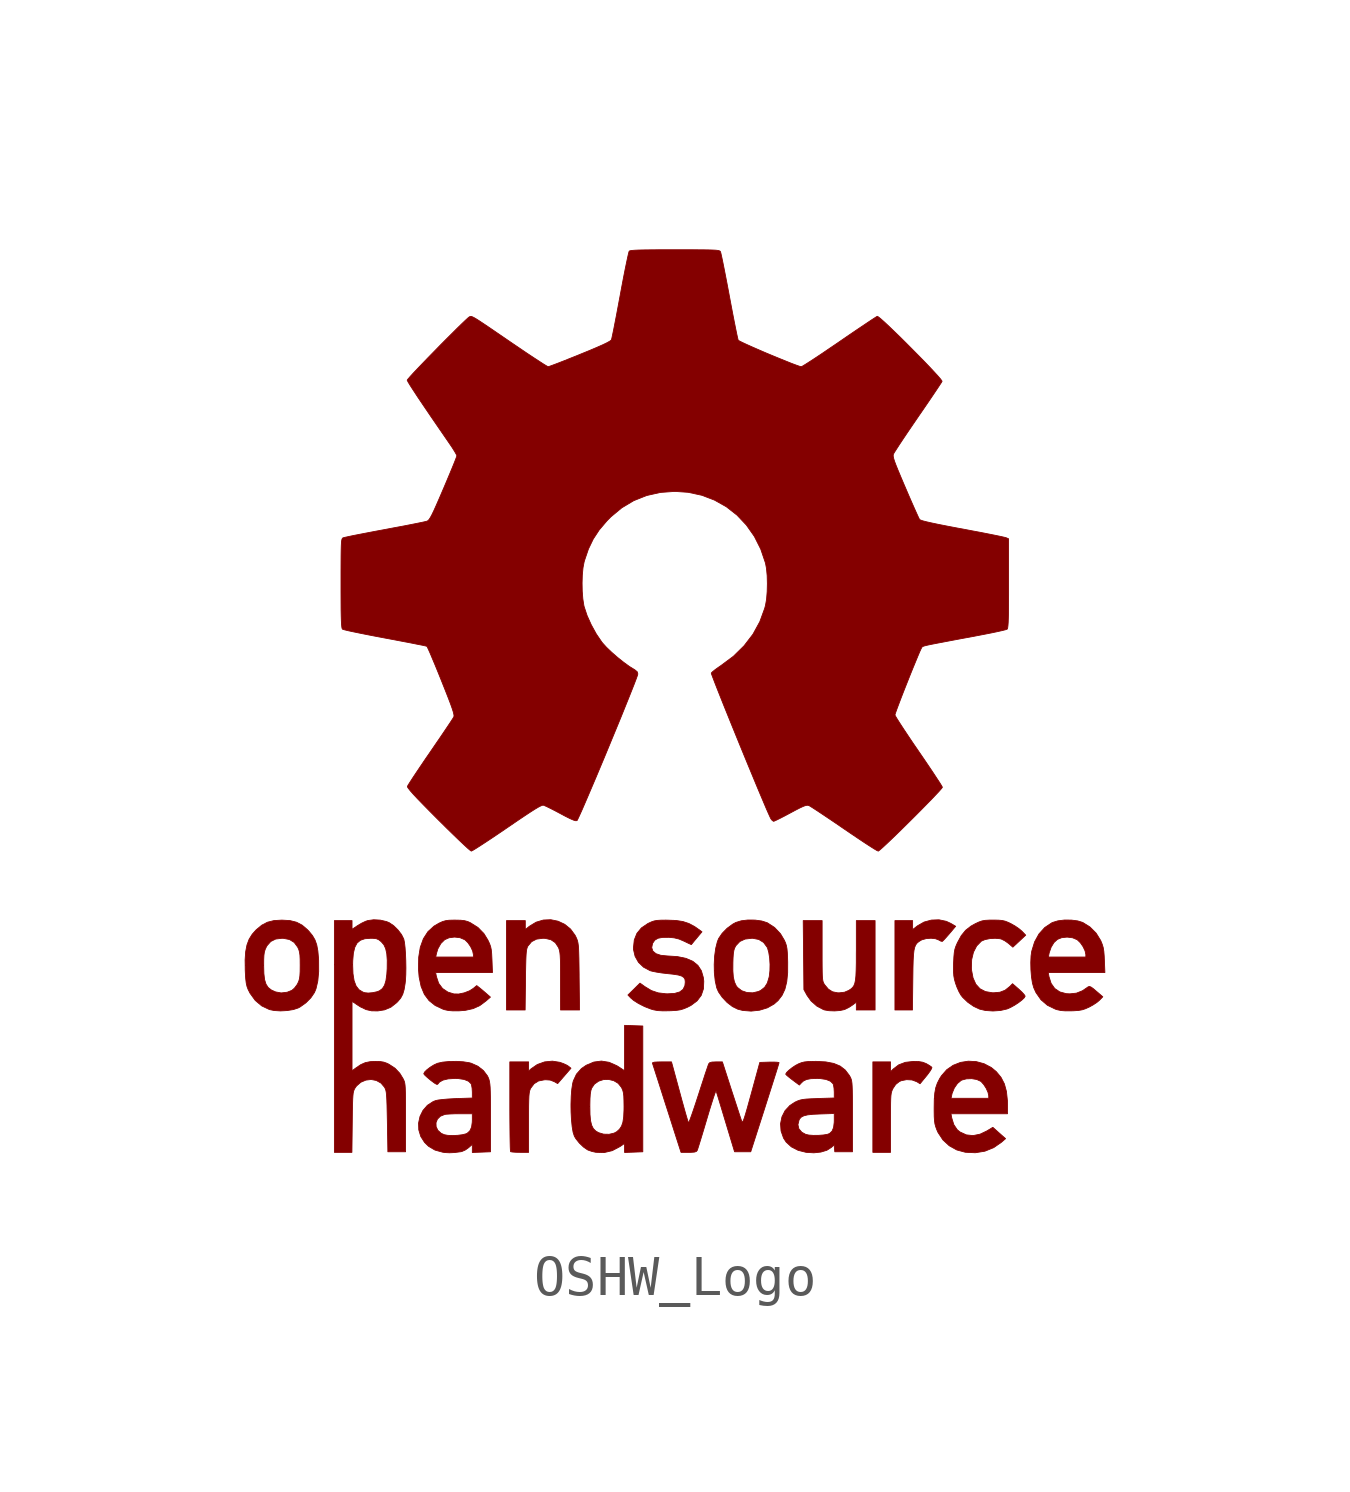
<source format=kicad_sym>
(kicad_symbol_lib
  (version 20220914)
  (generator kicad_symbol_editor)
  (symbol "OSHW_Logo"
    (pin_names
      (offset 1.016))
    (property "Reference" "#G"
      (at 0 16.51 0)
      (effects (font (size 1.27 1.27)) hide))
    (symbol "OSHW_Logo_0_0"
      (polyline (pts (xy 5.773 -2.794) (xy 5.774 -2.723) (xy 5.777 -2.492) (xy 5.782 -2.308) (xy 5.79 -2.165) (xy 5.802 -2.056) (xy 5.82 -1.975) (xy 5.844 -1.916) (xy 5.876 -1.871) (xy 5.918 -1.835) (xy 5.97 -1.801) (xy 6.004 -1.784) (xy 6.11 -1.755) (xy 6.231 -1.746) (xy 6.344 -1.758) (xy 6.428 -1.791) (xy 6.476 -1.818) (xy 6.513 -1.825) (xy 6.521 -1.82) (xy 6.559 -1.782) (xy 6.62 -1.715) (xy 6.693 -1.631) (xy 6.85 -1.445) (xy 6.726 -1.372) (xy 6.613 -1.32) (xy 6.43 -1.282) (xy 6.24 -1.289) (xy 6.056 -1.339) (xy 5.893 -1.432) (xy 5.768 -1.528) (xy 5.768 -1.415) (xy 5.768 -1.303) (xy 5.546 -1.303) (xy 5.324 -1.303) (xy 5.324 -2.426) (xy 5.324 -3.549) (xy 5.544 -3.549) (xy 5.764 -3.549) (xy 5.773 -2.794)) (stroke (width 0.01) (type default)) (fill (type outline)))
      (polyline (pts (xy 5.213 -6.384) (xy 5.213 -6.243) (xy 5.214 -6.05) (xy 5.215 -5.9) (xy 5.218 -5.788) (xy 5.223 -5.704) (xy 5.231 -5.643) (xy 5.242 -5.597) (xy 5.257 -5.558) (xy 5.276 -5.519) (xy 5.343 -5.42) (xy 5.434 -5.347) (xy 5.485 -5.325) (xy 5.618 -5.299) (xy 5.753 -5.307) (xy 5.868 -5.349) (xy 5.955 -5.402) (xy 6.112 -5.211) (xy 6.146 -5.169) (xy 6.206 -5.086) (xy 6.244 -5.023) (xy 6.253 -4.991) (xy 6.242 -4.98) (xy 6.192 -4.944) (xy 6.119 -4.901) (xy 6.103 -4.893) (xy 6.02 -4.861) (xy 5.925 -4.845) (xy 5.795 -4.841) (xy 5.785 -4.841) (xy 5.585 -4.864) (xy 5.419 -4.927) (xy 5.279 -5.034) (xy 5.213 -5.1) (xy 5.213 -4.976) (xy 5.213 -4.853) (xy 4.991 -4.853) (xy 4.769 -4.853) (xy 4.769 -5.989) (xy 4.769 -7.126) (xy 4.991 -7.126) (xy 5.213 -7.126) (xy 5.213 -6.384)) (stroke (width 0.01) (type default)) (fill (type outline)))
      (polyline (pts (xy -3.882 -6.37) (xy -3.882 -6.355) (xy -3.882 -6.131) (xy -3.881 -5.954) (xy -3.878 -5.819) (xy -3.874 -5.718) (xy -3.867 -5.645) (xy -3.858 -5.591) (xy -3.846 -5.552) (xy -3.831 -5.519) (xy -3.828 -5.513) (xy -3.743 -5.401) (xy -3.634 -5.333) (xy -3.488 -5.304) (xy -3.451 -5.302) (xy -3.339 -5.31) (xy -3.246 -5.346) (xy -3.151 -5.398) (xy -2.984 -5.205) (xy -2.817 -5.012) (xy -2.882 -4.96) (xy -2.917 -4.937) (xy -3.001 -4.898) (xy -3.098 -4.863) (xy -3.285 -4.834) (xy -3.48 -4.853) (xy -3.662 -4.918) (xy -3.82 -5.027) (xy -3.882 -5.084) (xy -3.882 -4.968) (xy -3.882 -4.853) (xy -4.118 -4.853) (xy -4.354 -4.853) (xy -4.354 -5.971) (xy -4.354 -6.062) (xy -4.353 -6.3) (xy -4.351 -6.518) (xy -4.349 -6.711) (xy -4.346 -6.873) (xy -4.343 -6.997) (xy -4.339 -7.077) (xy -4.335 -7.108) (xy -4.332 -7.11) (xy -4.287 -7.118) (xy -4.204 -7.124) (xy -4.099 -7.126) (xy -3.882 -7.126) (xy -3.882 -6.37)) (stroke (width 0.01) (type default)) (fill (type outline)))
      (polyline (pts (xy 3.944 -3.562) (xy 4.055 -3.538) (xy 4.071 -3.531) (xy 4.167 -3.484) (xy 4.256 -3.426) (xy 4.354 -3.352) (xy 4.354 -3.451) (xy 4.354 -3.549) (xy 4.589 -3.549) (xy 4.825 -3.549) (xy 4.825 -2.426) (xy 4.825 -1.303) (xy 4.589 -1.303) (xy 4.354 -1.303) (xy 4.354 -2.055) (xy 4.353 -2.131) (xy 4.353 -2.362) (xy 4.349 -2.546) (xy 4.343 -2.689) (xy 4.332 -2.798) (xy 4.315 -2.879) (xy 4.291 -2.939) (xy 4.259 -2.984) (xy 4.217 -3.021) (xy 4.164 -3.056) (xy 4.057 -3.102) (xy 3.918 -3.118) (xy 3.88 -3.116) (xy 3.755 -3.091) (xy 3.651 -3.025) (xy 3.556 -2.912) (xy 3.541 -2.888) (xy 3.526 -2.858) (xy 3.514 -2.821) (xy 3.506 -2.77) (xy 3.5 -2.698) (xy 3.497 -2.598) (xy 3.495 -2.463) (xy 3.494 -2.287) (xy 3.494 -2.062) (xy 3.494 -1.303) (xy 3.257 -1.303) (xy 3.019 -1.303) (xy 3.028 -2.17) (xy 3.036 -3.036) (xy 3.119 -3.187) (xy 3.217 -3.323) (xy 3.363 -3.452) (xy 3.53 -3.54) (xy 3.551 -3.547) (xy 3.667 -3.567) (xy 3.806 -3.572) (xy 3.944 -3.562)) (stroke (width 0.01) (type default)) (fill (type outline)))
      (polyline (pts (xy -3.96 -2.794) (xy -3.958 -2.606) (xy -3.954 -2.416) (xy -3.95 -2.27) (xy -3.945 -2.16) (xy -3.938 -2.08) (xy -3.929 -2.022) (xy -3.917 -1.98) (xy -3.902 -1.947) (xy -3.897 -1.939) (xy -3.807 -1.832) (xy -3.682 -1.768) (xy -3.522 -1.747) (xy -3.464 -1.749) (xy -3.32 -1.783) (xy -3.211 -1.857) (xy -3.132 -1.976) (xy -3.118 -2.012) (xy -3.105 -2.057) (xy -3.095 -2.113) (xy -3.088 -2.187) (xy -3.083 -2.288) (xy -3.08 -2.423) (xy -3.079 -2.598) (xy -3.079 -2.821) (xy -3.078 -3.549) (xy -2.84 -3.549) (xy -2.602 -3.549) (xy -2.612 -2.711) (xy -2.612 -2.655) (xy -2.615 -2.427) (xy -2.618 -2.247) (xy -2.622 -2.107) (xy -2.626 -2) (xy -2.633 -1.92) (xy -2.642 -1.859) (xy -2.653 -1.811) (xy -2.668 -1.768) (xy -2.687 -1.725) (xy -2.714 -1.671) (xy -2.828 -1.515) (xy -2.974 -1.396) (xy -3.143 -1.317) (xy -3.325 -1.28) (xy -3.511 -1.288) (xy -3.693 -1.342) (xy -3.861 -1.444) (xy -3.965 -1.528) (xy -3.965 -1.415) (xy -3.965 -1.303) (xy -4.201 -1.303) (xy -4.437 -1.303) (xy -4.437 -2.426) (xy -4.437 -3.549) (xy -4.203 -3.549) (xy -3.969 -3.549) (xy -3.96 -2.794)) (stroke (width 0.01) (type default)) (fill (type outline)))
      (polyline (pts (xy 7.584 -7.097) (xy 7.805 -7.008) (xy 8.002 -6.871) (xy 8.104 -6.782) (xy 7.944 -6.64) (xy 7.784 -6.497) (xy 7.632 -6.589) (xy 7.464 -6.669) (xy 7.287 -6.705) (xy 7.118 -6.687) (xy 6.957 -6.613) (xy 6.89 -6.558) (xy 6.804 -6.431) (xy 6.751 -6.26) (xy 6.732 -6.156) (xy 7.442 -6.156) (xy 8.152 -6.156) (xy 8.152 -5.935) (xy 8.15 -5.824) (xy 8.126 -5.596) (xy 8.074 -5.405) (xy 7.99 -5.242) (xy 7.871 -5.098) (xy 7.745 -4.994) (xy 7.564 -4.899) (xy 7.368 -4.846) (xy 7.168 -4.835) (xy 6.971 -4.866) (xy 6.787 -4.938) (xy 6.625 -5.05) (xy 6.493 -5.201) (xy 6.446 -5.276) (xy 6.389 -5.388) (xy 6.349 -5.504) (xy 6.325 -5.637) (xy 6.314 -5.768) (xy 6.734 -5.768) (xy 6.753 -5.678) (xy 6.761 -5.642) (xy 6.816 -5.509) (xy 6.895 -5.395) (xy 6.988 -5.318) (xy 7.004 -5.31) (xy 7.119 -5.279) (xy 7.252 -5.274) (xy 7.38 -5.295) (xy 7.48 -5.341) (xy 7.49 -5.349) (xy 7.556 -5.422) (xy 7.618 -5.519) (xy 7.663 -5.62) (xy 7.681 -5.704) (xy 7.681 -5.768) (xy 7.207 -5.768) (xy 6.734 -5.768) (xy 6.314 -5.768) (xy 6.312 -5.799) (xy 6.309 -6.003) (xy 6.309 -6.09) (xy 6.311 -6.229) (xy 6.318 -6.332) (xy 6.329 -6.412) (xy 6.348 -6.482) (xy 6.375 -6.556) (xy 6.407 -6.628) (xy 6.529 -6.813) (xy 6.688 -6.96) (xy 6.878 -7.066) (xy 7.093 -7.124) (xy 7.344 -7.136) (xy 7.584 -7.097)) (stroke (width 0.01) (type default)) (fill (type outline)))
      (polyline (pts (xy -5.629 -3.57) (xy -5.468 -3.557) (xy -5.275 -3.514) (xy -5.108 -3.438) (xy -4.951 -3.321) (xy -4.841 -3.225) (xy -4.945 -3.134) (xy -4.975 -3.108) (xy -5.053 -3.041) (xy -5.117 -2.989) (xy -5.186 -2.935) (xy -5.271 -3.006) (xy -5.365 -3.066) (xy -5.499 -3.118) (xy -5.638 -3.147) (xy -5.759 -3.145) (xy -5.91 -3.099) (xy -6.045 -3.008) (xy -6.143 -2.877) (xy -6.198 -2.711) (xy -6.218 -2.607) (xy -5.504 -2.607) (xy -4.79 -2.607) (xy -4.802 -2.291) (xy -4.803 -2.272) (xy -4.81 -2.134) (xy -4.82 -2.033) (xy -4.837 -1.953) (xy -4.864 -1.879) (xy -4.904 -1.793) (xy -5.004 -1.63) (xy -5.155 -1.475) (xy -5.348 -1.354) (xy -5.411 -1.326) (xy -5.492 -1.304) (xy -5.59 -1.293) (xy -5.726 -1.29) (xy -5.761 -1.29) (xy -5.881 -1.293) (xy -5.969 -1.305) (xy -6.047 -1.328) (xy -6.133 -1.367) (xy -6.259 -1.441) (xy -6.412 -1.581) (xy -6.526 -1.758) (xy -6.604 -1.974) (xy -6.643 -2.218) (xy -6.216 -2.218) (xy -6.197 -2.128) (xy -6.163 -2.014) (xy -6.088 -1.879) (xy -5.99 -1.782) (xy -5.881 -1.734) (xy -5.744 -1.716) (xy -5.605 -1.732) (xy -5.488 -1.782) (xy -5.482 -1.785) (xy -5.407 -1.858) (xy -5.338 -1.958) (xy -5.288 -2.064) (xy -5.269 -2.155) (xy -5.269 -2.218) (xy -5.742 -2.218) (xy -6.216 -2.218) (xy -6.643 -2.218) (xy -6.644 -2.23) (xy -6.649 -2.527) (xy -6.633 -2.72) (xy -6.583 -2.958) (xy -6.501 -3.155) (xy -6.383 -3.313) (xy -6.229 -3.436) (xy -6.036 -3.527) (xy -5.994 -3.541) (xy -5.896 -3.562) (xy -5.781 -3.571) (xy -5.629 -3.57)) (stroke (width 0.01) (type default)) (fill (type outline)))
      (polyline (pts (xy -1.781 -7.084) (xy -1.587 -6.982) (xy -1.47 -6.902) (xy -1.47 -7.015) (xy -1.47 -7.129) (xy -1.241 -7.121) (xy -1.012 -7.112) (xy -1.012 -5.532) (xy -1.012 -3.951) (xy -1.241 -3.943) (xy -1.47 -3.935) (xy -1.47 -4.505) (xy -1.47 -5.075) (xy -1.615 -4.98) (xy -1.664 -4.949) (xy -1.859 -4.863) (xy -2.052 -4.832) (xy -2.243 -4.857) (xy -2.433 -4.937) (xy -2.554 -5.02) (xy -2.679 -5.161) (xy -2.758 -5.331) (xy -2.774 -5.393) (xy -2.797 -5.541) (xy -2.811 -5.718) (xy -2.817 -5.912) (xy -2.817 -5.976) (xy -2.342 -5.976) (xy -2.342 -5.929) (xy -2.339 -5.772) (xy -2.331 -5.658) (xy -2.317 -5.574) (xy -2.296 -5.512) (xy -2.229 -5.413) (xy -2.125 -5.338) (xy -2.001 -5.298) (xy -1.87 -5.294) (xy -1.742 -5.325) (xy -1.631 -5.392) (xy -1.548 -5.495) (xy -1.537 -5.518) (xy -1.514 -5.573) (xy -1.499 -5.633) (xy -1.49 -5.713) (xy -1.486 -5.823) (xy -1.484 -5.976) (xy -1.485 -6.069) (xy -1.493 -6.24) (xy -1.513 -6.371) (xy -1.547 -6.469) (xy -1.598 -6.545) (xy -1.669 -6.609) (xy -1.734 -6.643) (xy -1.859 -6.672) (xy -1.996 -6.669) (xy -2.122 -6.632) (xy -2.193 -6.591) (xy -2.255 -6.53) (xy -2.297 -6.446) (xy -2.325 -6.331) (xy -2.339 -6.177) (xy -2.342 -5.976) (xy -2.817 -5.976) (xy -2.815 -6.111) (xy -2.805 -6.304) (xy -2.788 -6.477) (xy -2.764 -6.62) (xy -2.732 -6.719) (xy -2.693 -6.785) (xy -2.606 -6.894) (xy -2.502 -6.993) (xy -2.401 -7.063) (xy -2.381 -7.072) (xy -2.291 -7.103) (xy -2.193 -7.125) (xy -1.985 -7.132) (xy -1.781 -7.084)) (stroke (width 0.01) (type default)) (fill (type outline)))
      (polyline (pts (xy 1.923 -3.554) (xy 2.12 -3.494) (xy 2.288 -3.398) (xy 2.388 -3.31) (xy 2.487 -3.181) (xy 2.559 -3.027) (xy 2.605 -2.841) (xy 2.628 -2.615) (xy 2.629 -2.345) (xy 2.626 -2.239) (xy 2.62 -2.107) (xy 2.611 -2.009) (xy 2.597 -1.933) (xy 2.576 -1.867) (xy 2.546 -1.798) (xy 2.449 -1.635) (xy 2.3 -1.476) (xy 2.12 -1.359) (xy 2.115 -1.356) (xy 1.976 -1.312) (xy 1.808 -1.289) (xy 1.63 -1.287) (xy 1.463 -1.307) (xy 1.326 -1.349) (xy 1.25 -1.39) (xy 1.107 -1.495) (xy 0.983 -1.621) (xy 0.894 -1.752) (xy 0.862 -1.831) (xy 0.82 -1.997) (xy 0.793 -2.193) (xy 0.782 -2.405) (xy 0.785 -2.563) (xy 1.251 -2.563) (xy 1.252 -2.358) (xy 1.256 -2.238) (xy 1.264 -2.127) (xy 1.277 -2.049) (xy 1.296 -1.99) (xy 1.325 -1.937) (xy 1.33 -1.929) (xy 1.427 -1.827) (xy 1.558 -1.767) (xy 1.726 -1.747) (xy 1.752 -1.747) (xy 1.904 -1.777) (xy 2.024 -1.852) (xy 2.113 -1.973) (xy 2.122 -1.991) (xy 2.153 -2.1) (xy 2.175 -2.243) (xy 2.185 -2.402) (xy 2.182 -2.562) (xy 2.166 -2.704) (xy 2.161 -2.727) (xy 2.117 -2.872) (xy 2.05 -2.978) (xy 1.952 -3.056) (xy 1.893 -3.084) (xy 1.751 -3.117) (xy 1.606 -3.11) (xy 1.472 -3.064) (xy 1.367 -2.982) (xy 1.334 -2.938) (xy 1.291 -2.844) (xy 1.263 -2.722) (xy 1.251 -2.563) (xy 0.785 -2.563) (xy 0.786 -2.619) (xy 0.808 -2.82) (xy 0.846 -2.993) (xy 0.89 -3.094) (xy 0.984 -3.23) (xy 1.105 -3.358) (xy 1.24 -3.462) (xy 1.373 -3.528) (xy 1.498 -3.56) (xy 1.71 -3.577) (xy 1.923 -3.554)) (stroke (width 0.01) (type default)) (fill (type outline)))
      (polyline (pts (xy 7.976 -3.561) (xy 8.142 -3.523) (xy 8.225 -3.487) (xy 8.327 -3.431) (xy 8.427 -3.366) (xy 8.513 -3.3) (xy 8.573 -3.243) (xy 8.596 -3.202) (xy 8.595 -3.198) (xy 8.57 -3.159) (xy 8.514 -3.098) (xy 8.438 -3.027) (xy 8.279 -2.888) (xy 8.21 -2.958) (xy 8.209 -2.959) (xy 8.092 -3.052) (xy 7.963 -3.102) (xy 7.806 -3.116) (xy 7.77 -3.115) (xy 7.598 -3.086) (xy 7.461 -3.015) (xy 7.357 -2.901) (xy 7.287 -2.744) (xy 7.248 -2.541) (xy 7.245 -2.491) (xy 7.252 -2.283) (xy 7.297 -2.096) (xy 7.378 -1.939) (xy 7.493 -1.821) (xy 7.5 -1.816) (xy 7.589 -1.779) (xy 7.71 -1.755) (xy 7.842 -1.747) (xy 7.966 -1.758) (xy 8.004 -1.769) (xy 8.09 -1.813) (xy 8.174 -1.873) (xy 8.287 -1.97) (xy 8.449 -1.819) (xy 8.61 -1.668) (xy 8.513 -1.567) (xy 8.446 -1.51) (xy 8.344 -1.439) (xy 8.236 -1.378) (xy 8.171 -1.347) (xy 8.092 -1.316) (xy 8.016 -1.299) (xy 7.922 -1.291) (xy 7.792 -1.289) (xy 7.694 -1.29) (xy 7.592 -1.296) (xy 7.513 -1.31) (xy 7.436 -1.337) (xy 7.343 -1.38) (xy 7.234 -1.441) (xy 7.1 -1.546) (xy 6.991 -1.68) (xy 6.895 -1.856) (xy 6.892 -1.862) (xy 6.855 -1.947) (xy 6.83 -2.023) (xy 6.815 -2.107) (xy 6.805 -2.215) (xy 6.798 -2.361) (xy 6.796 -2.461) (xy 6.796 -2.589) (xy 6.803 -2.69) (xy 6.819 -2.779) (xy 6.846 -2.875) (xy 6.882 -2.975) (xy 6.933 -3.089) (xy 6.982 -3.175) (xy 7.026 -3.231) (xy 7.154 -3.354) (xy 7.304 -3.458) (xy 7.454 -3.528) (xy 7.598 -3.561) (xy 7.787 -3.574) (xy 7.976 -3.561)) (stroke (width 0.01) (type default)) (fill (type outline)))
      (polyline (pts (xy 9.763 -3.57) (xy 9.82 -3.568) (xy 9.939 -3.56) (xy 10.03 -3.544) (xy 10.112 -3.517) (xy 10.207 -3.474) (xy 10.302 -3.422) (xy 10.399 -3.358) (xy 10.466 -3.301) (xy 10.547 -3.217) (xy 10.427 -3.113) (xy 10.382 -3.075) (xy 10.302 -3.007) (xy 10.248 -2.97) (xy 10.211 -2.958) (xy 10.18 -2.966) (xy 10.145 -2.991) (xy 10.034 -3.066) (xy 9.886 -3.125) (xy 9.719 -3.143) (xy 9.628 -3.138) (xy 9.466 -3.094) (xy 9.339 -3.008) (xy 9.248 -2.879) (xy 9.195 -2.711) (xy 9.176 -2.607) (xy 9.888 -2.607) (xy 10.6 -2.607) (xy 10.587 -2.295) (xy 10.583 -2.198) (xy 10.573 -2.075) (xy 10.558 -1.981) (xy 10.533 -1.898) (xy 10.497 -1.809) (xy 10.493 -1.801) (xy 10.379 -1.617) (xy 10.225 -1.463) (xy 10.043 -1.349) (xy 9.918 -1.31) (xy 9.755 -1.289) (xy 9.583 -1.288) (xy 9.42 -1.308) (xy 9.288 -1.348) (xy 9.266 -1.358) (xy 9.088 -1.477) (xy 8.943 -1.638) (xy 8.833 -1.838) (xy 8.761 -2.073) (xy 8.744 -2.192) (xy 8.743 -2.218) (xy 9.18 -2.218) (xy 9.197 -2.128) (xy 9.201 -2.109) (xy 9.249 -1.971) (xy 9.321 -1.853) (xy 9.408 -1.774) (xy 9.513 -1.732) (xy 9.65 -1.717) (xy 9.788 -1.734) (xy 9.902 -1.782) (xy 9.907 -1.785) (xy 9.983 -1.858) (xy 10.052 -1.958) (xy 10.102 -2.064) (xy 10.121 -2.155) (xy 10.121 -2.218) (xy 9.65 -2.218) (xy 9.18 -2.218) (xy 8.743 -2.218) (xy 8.737 -2.358) (xy 8.741 -2.538) (xy 8.755 -2.715) (xy 8.779 -2.871) (xy 8.812 -2.989) (xy 8.868 -3.112) (xy 8.994 -3.292) (xy 9.155 -3.43) (xy 9.354 -3.527) (xy 9.397 -3.541) (xy 9.494 -3.562) (xy 9.61 -3.571) (xy 9.763 -3.57)) (stroke (width 0.01) (type default)) (fill (type outline)))
      (polyline (pts (xy -9.95 -3.563) (xy -9.794 -3.538) (xy -9.672 -3.498) (xy -9.622 -3.471) (xy -9.479 -3.369) (xy -9.354 -3.243) (xy -9.264 -3.111) (xy -9.224 -3.014) (xy -9.179 -2.82) (xy -9.157 -2.582) (xy -9.158 -2.304) (xy -9.161 -2.252) (xy -9.178 -2.062) (xy -9.206 -1.911) (xy -9.25 -1.787) (xy -9.314 -1.677) (xy -9.403 -1.569) (xy -9.439 -1.531) (xy -9.572 -1.417) (xy -9.714 -1.343) (xy -9.878 -1.302) (xy -10.08 -1.29) (xy -10.083 -1.29) (xy -10.282 -1.302) (xy -10.445 -1.343) (xy -10.588 -1.418) (xy -10.727 -1.533) (xy -10.827 -1.645) (xy -10.905 -1.77) (xy -10.959 -1.914) (xy -10.992 -2.085) (xy -11.006 -2.292) (xy -11.004 -2.422) (xy -10.539 -2.422) (xy -10.538 -2.277) (xy -10.533 -2.173) (xy -10.522 -2.096) (xy -10.504 -2.034) (xy -10.476 -1.972) (xy -10.453 -1.93) (xy -10.361 -1.827) (xy -10.238 -1.766) (xy -10.079 -1.747) (xy -10.043 -1.748) (xy -9.89 -1.778) (xy -9.772 -1.851) (xy -9.684 -1.97) (xy -9.683 -1.973) (xy -9.656 -2.032) (xy -9.639 -2.094) (xy -9.628 -2.171) (xy -9.623 -2.278) (xy -9.622 -2.426) (xy -9.622 -2.432) (xy -9.623 -2.579) (xy -9.629 -2.685) (xy -9.639 -2.762) (xy -9.657 -2.824) (xy -9.684 -2.884) (xy -9.705 -2.92) (xy -9.767 -3.001) (xy -9.83 -3.055) (xy -9.948 -3.102) (xy -10.099 -3.12) (xy -10.241 -3.094) (xy -10.347 -3.046) (xy -10.426 -2.984) (xy -10.481 -2.9) (xy -10.516 -2.787) (xy -10.534 -2.635) (xy -10.539 -2.437) (xy -10.539 -2.422) (xy -11.004 -2.422) (xy -11.003 -2.544) (xy -11 -2.612) (xy -10.991 -2.76) (xy -10.978 -2.871) (xy -10.959 -2.956) (xy -10.932 -3.029) (xy -10.882 -3.128) (xy -10.751 -3.309) (xy -10.588 -3.446) (xy -10.394 -3.538) (xy -10.276 -3.562) (xy -10.117 -3.572) (xy -9.95 -3.563)) (stroke (width 0.01) (type default)) (fill (type outline)))
      (polyline (pts (xy -0.36 -3.569) (xy -0.284 -3.566) (xy -0.162 -3.558) (xy -0.069 -3.544) (xy 0.014 -3.519) (xy 0.105 -3.482) (xy 0.2 -3.433) (xy 0.353 -3.318) (xy 0.457 -3.18) (xy 0.512 -3.016) (xy 0.52 -2.824) (xy 0.509 -2.732) (xy 0.46 -2.563) (xy 0.372 -2.428) (xy 0.245 -2.325) (xy 0.075 -2.252) (xy -0.14 -2.207) (xy -0.402 -2.19) (xy -0.561 -2.174) (xy -0.683 -2.133) (xy -0.759 -2.068) (xy -0.788 -1.982) (xy -0.767 -1.878) (xy -0.763 -1.869) (xy -0.711 -1.794) (xy -0.63 -1.746) (xy -0.514 -1.724) (xy -0.353 -1.723) (xy -0.223 -1.736) (xy -0.101 -1.766) (xy 0.029 -1.822) (xy 0.039 -1.827) (xy 0.124 -1.868) (xy 0.185 -1.896) (xy 0.209 -1.905) (xy 0.209 -1.904) (xy 0.232 -1.876) (xy 0.279 -1.818) (xy 0.343 -1.742) (xy 0.475 -1.584) (xy 0.359 -1.5) (xy 0.287 -1.45) (xy 0.146 -1.375) (xy -0.003 -1.326) (xy -0.176 -1.299) (xy -0.388 -1.291) (xy -0.435 -1.29) (xy -0.563 -1.292) (xy -0.656 -1.298) (xy -0.727 -1.311) (xy -0.792 -1.333) (xy -0.866 -1.367) (xy -0.888 -1.378) (xy -1.048 -1.487) (xy -1.16 -1.623) (xy -1.226 -1.788) (xy -1.247 -1.986) (xy -1.246 -2.029) (xy -1.206 -2.2) (xy -1.12 -2.352) (xy -0.992 -2.474) (xy -0.828 -2.561) (xy -0.772 -2.576) (xy -0.663 -2.598) (xy -0.529 -2.619) (xy -0.388 -2.635) (xy -0.257 -2.649) (xy -0.124 -2.669) (xy -0.035 -2.696) (xy 0.02 -2.732) (xy 0.048 -2.78) (xy 0.055 -2.845) (xy 0.046 -2.934) (xy 0.001 -3.03) (xy -0.084 -3.095) (xy -0.213 -3.132) (xy -0.388 -3.142) (xy -0.431 -3.141) (xy -0.626 -3.118) (xy -0.795 -3.061) (xy -0.959 -2.962) (xy -1.083 -2.873) (xy -1.234 -3.023) (xy -1.386 -3.172) (xy -1.315 -3.247) (xy -1.243 -3.308) (xy -1.117 -3.388) (xy -0.966 -3.464) (xy -0.806 -3.526) (xy -0.743 -3.544) (xy -0.642 -3.563) (xy -0.52 -3.57) (xy -0.36 -3.569)) (stroke (width 0.01) (type default)) (fill (type outline)))
      (polyline (pts (xy 3.463 -7.119) (xy 3.613 -7.074) (xy 3.725 -7.003) (xy 3.796 -6.938) (xy 3.804 -7.025) (xy 3.813 -7.112) (xy 4.035 -7.112) (xy 4.256 -7.112) (xy 4.256 -6.225) (xy 4.256 -6.103) (xy 4.256 -5.881) (xy 4.255 -5.705) (xy 4.253 -5.569) (xy 4.249 -5.466) (xy 4.244 -5.39) (xy 4.236 -5.334) (xy 4.226 -5.292) (xy 4.213 -5.258) (xy 4.196 -5.224) (xy 4.176 -5.19) (xy 4.075 -5.057) (xy 3.947 -4.958) (xy 3.785 -4.891) (xy 3.586 -4.853) (xy 3.341 -4.84) (xy 3.259 -4.841) (xy 3.136 -4.845) (xy 3.045 -4.855) (xy 2.971 -4.874) (xy 2.898 -4.903) (xy 2.825 -4.942) (xy 2.737 -5.001) (xy 2.658 -5.064) (xy 2.601 -5.12) (xy 2.579 -5.16) (xy 2.58 -5.163) (xy 2.608 -5.193) (xy 2.669 -5.244) (xy 2.75 -5.307) (xy 2.922 -5.435) (xy 2.975 -5.378) (xy 3.023 -5.334) (xy 3.103 -5.295) (xy 3.21 -5.275) (xy 3.358 -5.269) (xy 3.442 -5.271) (xy 3.593 -5.294) (xy 3.704 -5.339) (xy 3.769 -5.403) (xy 3.78 -5.433) (xy 3.793 -5.513) (xy 3.799 -5.609) (xy 3.799 -5.76) (xy 3.385 -5.773) (xy 3.379 -5.774) (xy 3.217 -5.78) (xy 3.098 -5.787) (xy 3.01 -5.797) (xy 2.941 -5.812) (xy 2.88 -5.833) (xy 2.815 -5.863) (xy 2.685 -5.947) (xy 2.563 -6.078) (xy 2.484 -6.235) (xy 2.449 -6.408) (xy 2.451 -6.43) (xy 2.886 -6.43) (xy 2.915 -6.313) (xy 2.93 -6.284) (xy 2.972 -6.239) (xy 3.036 -6.207) (xy 3.131 -6.184) (xy 3.265 -6.17) (xy 3.445 -6.162) (xy 3.799 -6.15) (xy 3.799 -6.318) (xy 3.798 -6.371) (xy 3.782 -6.502) (xy 3.744 -6.593) (xy 3.681 -6.653) (xy 3.624 -6.674) (xy 3.523 -6.69) (xy 3.401 -6.699) (xy 3.275 -6.7) (xy 3.162 -6.692) (xy 3.081 -6.674) (xy 2.984 -6.621) (xy 2.91 -6.535) (xy 2.886 -6.43) (xy 2.451 -6.43) (xy 2.462 -6.589) (xy 2.525 -6.769) (xy 2.59 -6.868) (xy 2.721 -6.988) (xy 2.89 -7.075) (xy 3.092 -7.126) (xy 3.097 -7.126) (xy 3.287 -7.138) (xy 3.463 -7.119)) (stroke (width 0.01) (type default)) (fill (type outline)))
      (polyline (pts (xy -5.742 -7.131) (xy -5.58 -7.11) (xy -5.557 -7.104) (xy -5.473 -7.067) (xy -5.393 -7.011) (xy -5.296 -6.926) (xy -5.296 -7.028) (xy -5.296 -7.129) (xy -5.068 -7.121) (xy -4.839 -7.112) (xy -4.839 -6.253) (xy -4.839 -6.138) (xy -4.839 -5.914) (xy -4.841 -5.737) (xy -4.844 -5.599) (xy -4.848 -5.493) (xy -4.855 -5.413) (xy -4.864 -5.352) (xy -4.875 -5.304) (xy -4.889 -5.262) (xy -4.916 -5.205) (xy -5.017 -5.071) (xy -5.156 -4.962) (xy -5.323 -4.887) (xy -5.372 -4.874) (xy -5.525 -4.85) (xy -5.701 -4.84) (xy -5.88 -4.843) (xy -6.043 -4.859) (xy -6.172 -4.888) (xy -6.174 -4.889) (xy -6.261 -4.929) (xy -6.353 -4.986) (xy -6.435 -5.048) (xy -6.494 -5.106) (xy -6.516 -5.15) (xy -6.515 -5.154) (xy -6.487 -5.189) (xy -6.427 -5.244) (xy -6.347 -5.311) (xy -6.316 -5.335) (xy -6.241 -5.39) (xy -6.195 -5.416) (xy -6.168 -5.416) (xy -6.15 -5.395) (xy -6.122 -5.361) (xy -6.034 -5.311) (xy -5.904 -5.28) (xy -5.74 -5.269) (xy -5.655 -5.271) (xy -5.502 -5.294) (xy -5.391 -5.339) (xy -5.326 -5.403) (xy -5.316 -5.433) (xy -5.302 -5.514) (xy -5.296 -5.61) (xy -5.296 -5.761) (xy -5.705 -5.775) (xy -5.758 -5.777) (xy -5.91 -5.786) (xy -6.046 -5.798) (xy -6.153 -5.811) (xy -6.217 -5.825) (xy -6.279 -5.849) (xy -6.425 -5.944) (xy -6.536 -6.072) (xy -6.611 -6.224) (xy -6.645 -6.382) (xy -6.209 -6.382) (xy -6.173 -6.291) (xy -6.099 -6.218) (xy -5.986 -6.173) (xy -5.946 -6.168) (xy -5.853 -6.162) (xy -5.731 -6.157) (xy -5.598 -6.156) (xy -5.296 -6.156) (xy -5.296 -6.307) (xy -5.298 -6.367) (xy -5.315 -6.492) (xy -5.355 -6.581) (xy -5.422 -6.644) (xy -5.454 -6.66) (xy -5.546 -6.683) (xy -5.665 -6.698) (xy -5.793 -6.704) (xy -5.911 -6.699) (xy -6 -6.683) (xy -6.08 -6.647) (xy -6.163 -6.572) (xy -6.206 -6.479) (xy -6.209 -6.382) (xy -6.645 -6.382) (xy -6.647 -6.39) (xy -6.642 -6.56) (xy -6.592 -6.726) (xy -6.496 -6.877) (xy -6.396 -6.974) (xy -6.235 -7.069) (xy -6.039 -7.123) (xy -5.984 -7.131) (xy -5.87 -7.137) (xy -5.742 -7.131)) (stroke (width 0.01) (type default)) (fill (type outline)))
      (polyline (pts (xy 0.199 -7.126) (xy 0.283 -7.12) (xy 0.331 -7.105) (xy 0.355 -7.078) (xy 0.356 -7.076) (xy 0.371 -7.033) (xy 0.399 -6.945) (xy 0.438 -6.819) (xy 0.486 -6.662) (xy 0.54 -6.482) (xy 0.598 -6.286) (xy 0.608 -6.253) (xy 0.664 -6.065) (xy 0.716 -5.899) (xy 0.76 -5.761) (xy 0.795 -5.658) (xy 0.819 -5.595) (xy 0.83 -5.579) (xy 0.83 -5.581) (xy 0.843 -5.622) (xy 0.87 -5.709) (xy 0.908 -5.834) (xy 0.955 -5.989) (xy 1.009 -6.168) (xy 1.068 -6.364) (xy 1.294 -7.112) (xy 1.497 -7.112) (xy 1.7 -7.112) (xy 2.056 -6.003) (xy 2.095 -5.88) (xy 2.168 -5.65) (xy 2.235 -5.44) (xy 2.294 -5.254) (xy 2.343 -5.099) (xy 2.38 -4.98) (xy 2.403 -4.903) (xy 2.412 -4.872) (xy 2.407 -4.868) (xy 2.361 -4.861) (xy 2.278 -4.857) (xy 2.17 -4.858) (xy 1.928 -4.866) (xy 1.716 -5.643) (xy 1.663 -5.833) (xy 1.612 -6.018) (xy 1.571 -6.158) (xy 1.54 -6.258) (xy 1.516 -6.322) (xy 1.499 -6.356) (xy 1.486 -6.363) (xy 1.476 -6.35) (xy 1.461 -6.307) (xy 1.431 -6.219) (xy 1.39 -6.093) (xy 1.339 -5.937) (xy 1.281 -5.759) (xy 1.218 -5.567) (xy 0.988 -4.853) (xy 0.828 -4.853) (xy 0.823 -4.853) (xy 0.727 -4.857) (xy 0.671 -4.872) (xy 0.644 -4.901) (xy 0.643 -4.902) (xy 0.628 -4.943) (xy 0.599 -5.029) (xy 0.557 -5.152) (xy 0.507 -5.307) (xy 0.449 -5.484) (xy 0.387 -5.677) (xy 0.38 -5.698) (xy 0.319 -5.885) (xy 0.263 -6.052) (xy 0.215 -6.191) (xy 0.176 -6.298) (xy 0.149 -6.364) (xy 0.136 -6.384) (xy 0.135 -6.383) (xy 0.122 -6.344) (xy 0.096 -6.26) (xy 0.06 -6.137) (xy 0.017 -5.983) (xy -0.033 -5.804) (xy -0.086 -5.608) (xy -0.291 -4.853) (xy -0.536 -4.853) (xy -0.63 -4.854) (xy -0.717 -4.859) (xy -0.762 -4.87) (xy -0.77 -4.887) (xy -0.768 -4.891) (xy -0.753 -4.937) (xy -0.724 -5.026) (xy -0.685 -5.149) (xy -0.637 -5.297) (xy -0.584 -5.463) (xy -0.535 -5.617) (xy -0.46 -5.853) (xy -0.379 -6.104) (xy -0.301 -6.348) (xy -0.232 -6.565) (xy -0.052 -7.126) (xy 0.14 -7.126) (xy 0.199 -7.126)) (stroke (width 0.01) (type default)) (fill (type outline)))
      (polyline (pts (xy -8.313 -6.371) (xy -8.312 -6.285) (xy -8.31 -6.077) (xy -8.306 -5.915) (xy -8.302 -5.791) (xy -8.296 -5.7) (xy -8.289 -5.635) (xy -8.278 -5.587) (xy -8.265 -5.55) (xy -8.248 -5.518) (xy -8.206 -5.458) (xy -8.099 -5.365) (xy -7.972 -5.311) (xy -7.838 -5.295) (xy -7.708 -5.32) (xy -7.592 -5.385) (xy -7.502 -5.49) (xy -7.497 -5.499) (xy -7.481 -5.533) (xy -7.468 -5.573) (xy -7.458 -5.627) (xy -7.451 -5.702) (xy -7.445 -5.805) (xy -7.44 -5.943) (xy -7.436 -6.122) (xy -7.431 -6.35) (xy -7.418 -7.112) (xy -7.196 -7.112) (xy -6.974 -7.112) (xy -6.974 -6.253) (xy -6.974 -6.12) (xy -6.974 -5.906) (xy -6.975 -5.737) (xy -6.978 -5.606) (xy -6.981 -5.508) (xy -6.987 -5.435) (xy -6.995 -5.381) (xy -7.006 -5.34) (xy -7.021 -5.305) (xy -7.039 -5.269) (xy -7.119 -5.139) (xy -7.237 -5.013) (xy -7.39 -4.913) (xy -7.437 -4.889) (xy -7.521 -4.859) (xy -7.613 -4.844) (xy -7.737 -4.841) (xy -7.862 -4.847) (xy -7.986 -4.872) (xy -8.101 -4.923) (xy -8.229 -5.01) (xy -8.319 -5.077) (xy -8.319 -4.204) (xy -8.319 -3.331) (xy -8.181 -3.424) (xy -8.104 -3.473) (xy -7.965 -3.539) (xy -7.828 -3.57) (xy -7.671 -3.572) (xy -7.501 -3.545) (xy -7.342 -3.478) (xy -7.198 -3.365) (xy -7.17 -3.337) (xy -7.096 -3.249) (xy -7.045 -3.154) (xy -7.01 -3.035) (xy -6.984 -2.877) (xy -6.976 -2.808) (xy -6.968 -2.662) (xy -6.965 -2.493) (xy -6.968 -2.315) (xy -6.975 -2.14) (xy -6.986 -1.982) (xy -7.001 -1.852) (xy -7.019 -1.766) (xy -7.075 -1.654) (xy -7.165 -1.536) (xy -7.273 -1.43) (xy -7.384 -1.355) (xy -7.454 -1.326) (xy -7.609 -1.29) (xy -7.774 -1.281) (xy -7.922 -1.301) (xy -7.977 -1.32) (xy -8.079 -1.368) (xy -8.178 -1.427) (xy -8.319 -1.521) (xy -8.319 -1.412) (xy -8.319 -1.303) (xy -8.541 -1.303) (xy -8.762 -1.303) (xy -8.762 -2.412) (xy -8.303 -2.412) (xy -8.301 -2.313) (xy -8.285 -2.119) (xy -8.249 -1.972) (xy -8.192 -1.866) (xy -8.108 -1.796) (xy -7.995 -1.758) (xy -7.85 -1.747) (xy -7.792 -1.748) (xy -7.71 -1.757) (xy -7.65 -1.782) (xy -7.587 -1.831) (xy -7.585 -1.833) (xy -7.519 -1.909) (xy -7.474 -2.006) (xy -7.446 -2.134) (xy -7.434 -2.3) (xy -7.436 -2.511) (xy -7.445 -2.651) (xy -7.467 -2.811) (xy -7.503 -2.929) (xy -7.556 -3.011) (xy -7.629 -3.066) (xy -7.687 -3.089) (xy -7.797 -3.113) (xy -7.91 -3.123) (xy -8 -3.114) (xy -8.045 -3.099) (xy -8.144 -3.039) (xy -8.217 -2.945) (xy -8.267 -2.812) (xy -8.295 -2.636) (xy -8.303 -2.412) (xy -8.762 -2.412) (xy -8.762 -4.215) (xy -8.762 -7.126) (xy -8.542 -7.126) (xy -8.322 -7.126) (xy -8.313 -6.371)) (stroke (width 0.01) (type default)) (fill (type outline)))
      (polyline (pts (xy 4.908 0.445) (xy 4.947 0.475) (xy 5.019 0.538) (xy 5.117 0.629) (xy 5.237 0.743) (xy 5.373 0.874) (xy 5.521 1.019) (xy 5.675 1.171) (xy 5.83 1.325) (xy 5.981 1.477) (xy 6.123 1.622) (xy 6.251 1.753) (xy 6.359 1.867) (xy 6.443 1.957) (xy 6.497 2.019) (xy 6.516 2.048) (xy 6.516 2.05) (xy 6.497 2.086) (xy 6.45 2.162) (xy 6.378 2.272) (xy 6.287 2.411) (xy 6.177 2.575) (xy 6.054 2.757) (xy 5.92 2.952) (xy 5.902 2.979) (xy 5.769 3.173) (xy 5.648 3.354) (xy 5.54 3.516) (xy 5.451 3.653) (xy 5.383 3.76) (xy 5.339 3.833) (xy 5.324 3.865) (xy 5.326 3.875) (xy 5.344 3.932) (xy 5.379 4.029) (xy 5.428 4.159) (xy 5.487 4.314) (xy 5.554 4.486) (xy 5.626 4.668) (xy 5.699 4.852) (xy 5.771 5.03) (xy 5.839 5.195) (xy 5.898 5.338) (xy 5.947 5.454) (xy 5.983 5.532) (xy 6.002 5.567) (xy 6.006 5.572) (xy 6.018 5.581) (xy 6.035 5.59) (xy 6.065 5.6) (xy 6.111 5.612) (xy 6.178 5.627) (xy 6.271 5.646) (xy 6.394 5.67) (xy 6.553 5.7) (xy 6.752 5.738) (xy 6.996 5.784) (xy 7.29 5.838) (xy 7.357 5.851) (xy 7.56 5.89) (xy 7.743 5.926) (xy 7.9 5.959) (xy 8.024 5.987) (xy 8.107 6.008) (xy 8.143 6.021) (xy 8.149 6.029) (xy 8.157 6.058) (xy 8.164 6.111) (xy 8.17 6.191) (xy 8.174 6.304) (xy 8.177 6.454) (xy 8.179 6.645) (xy 8.18 6.883) (xy 8.18 7.172) (xy 8.18 8.292) (xy 8.118 8.319) (xy 8.116 8.32) (xy 8.068 8.332) (xy 7.974 8.353) (xy 7.839 8.381) (xy 7.669 8.415) (xy 7.471 8.454) (xy 7.251 8.495) (xy 7.016 8.54) (xy 6.926 8.556) (xy 6.653 8.608) (xy 6.429 8.652) (xy 6.253 8.689) (xy 6.12 8.719) (xy 6.026 8.743) (xy 5.968 8.763) (xy 5.943 8.778) (xy 5.939 8.784) (xy 5.914 8.835) (xy 5.872 8.927) (xy 5.814 9.056) (xy 5.745 9.212) (xy 5.667 9.391) (xy 5.584 9.585) (xy 5.56 9.64) (xy 5.471 9.85) (xy 5.402 10.015) (xy 5.35 10.144) (xy 5.314 10.24) (xy 5.292 10.31) (xy 5.282 10.359) (xy 5.28 10.395) (xy 5.287 10.421) (xy 5.287 10.422) (xy 5.31 10.463) (xy 5.362 10.544) (xy 5.437 10.66) (xy 5.532 10.803) (xy 5.644 10.97) (xy 5.77 11.155) (xy 5.904 11.351) (xy 5.914 11.366) (xy 6.047 11.559) (xy 6.17 11.739) (xy 6.279 11.9) (xy 6.371 12.037) (xy 6.442 12.144) (xy 6.489 12.216) (xy 6.508 12.248) (xy 6.505 12.258) (xy 6.471 12.306) (xy 6.404 12.384) (xy 6.31 12.487) (xy 6.194 12.611) (xy 6.06 12.751) (xy 5.914 12.9) (xy 5.761 13.055) (xy 5.606 13.211) (xy 5.454 13.362) (xy 5.309 13.502) (xy 5.177 13.629) (xy 5.064 13.735) (xy 4.973 13.816) (xy 4.91 13.867) (xy 4.88 13.883) (xy 4.875 13.881) (xy 4.831 13.854) (xy 4.747 13.8) (xy 4.63 13.722) (xy 4.484 13.624) (xy 4.315 13.51) (xy 4.127 13.382) (xy 3.926 13.244) (xy 3.862 13.2) (xy 3.664 13.066) (xy 3.482 12.942) (xy 3.319 12.834) (xy 3.181 12.744) (xy 3.074 12.676) (xy 3.002 12.632) (xy 2.97 12.617) (xy 2.97 12.617) (xy 2.927 12.627) (xy 2.842 12.657) (xy 2.724 12.701) (xy 2.58 12.759) (xy 2.417 12.825) (xy 2.244 12.896) (xy 2.067 12.97) (xy 1.896 13.044) (xy 1.738 13.113) (xy 1.6 13.175) (xy 1.49 13.226) (xy 1.416 13.263) (xy 1.386 13.283) (xy 1.384 13.287) (xy 1.372 13.335) (xy 1.351 13.43) (xy 1.323 13.566) (xy 1.289 13.736) (xy 1.25 13.935) (xy 1.208 14.156) (xy 1.163 14.394) (xy 1.153 14.448) (xy 1.109 14.682) (xy 1.067 14.899) (xy 1.029 15.093) (xy 0.996 15.257) (xy 0.969 15.385) (xy 0.95 15.47) (xy 0.939 15.508) (xy 0.938 15.51) (xy 0.927 15.521) (xy 0.907 15.531) (xy 0.873 15.539) (xy 0.818 15.545) (xy 0.739 15.549) (xy 0.631 15.552) (xy 0.487 15.554) (xy 0.303 15.555) (xy 0.074 15.556) (xy -0.206 15.556) (xy -0.24 15.556) (xy -0.528 15.556) (xy -0.765 15.554) (xy -0.955 15.552) (xy -1.103 15.549) (xy -1.212 15.544) (xy -1.288 15.538) (xy -1.333 15.53) (xy -1.353 15.521) (xy -1.355 15.518) (xy -1.369 15.471) (xy -1.39 15.378) (xy -1.419 15.243) (xy -1.454 15.074) (xy -1.493 14.877) (xy -1.535 14.656) (xy -1.579 14.419) (xy -1.589 14.365) (xy -1.633 14.13) (xy -1.674 13.911) (xy -1.712 13.716) (xy -1.744 13.551) (xy -1.771 13.422) (xy -1.79 13.334) (xy -1.8 13.295) (xy -1.806 13.286) (xy -1.841 13.259) (xy -1.909 13.221) (xy -2.014 13.17) (xy -2.159 13.106) (xy -2.349 13.025) (xy -2.587 12.928) (xy -2.647 12.903) (xy -2.838 12.827) (xy -3.01 12.758) (xy -3.159 12.7) (xy -3.276 12.656) (xy -3.356 12.627) (xy -3.391 12.617) (xy -3.394 12.617) (xy -3.433 12.639) (xy -3.512 12.687) (xy -3.625 12.76) (xy -3.767 12.853) (xy -3.933 12.963) (xy -4.117 13.088) (xy -4.315 13.222) (xy -4.481 13.336) (xy -4.692 13.48) (xy -4.863 13.597) (xy -5.001 13.69) (xy -5.108 13.761) (xy -5.189 13.813) (xy -5.249 13.848) (xy -5.291 13.869) (xy -5.321 13.88) (xy -5.341 13.881) (xy -5.357 13.876) (xy -5.373 13.868) (xy -5.406 13.842) (xy -5.472 13.781) (xy -5.565 13.692) (xy -5.681 13.579) (xy -5.812 13.448) (xy -5.956 13.305) (xy -6.107 13.153) (xy -6.258 12.998) (xy -6.407 12.846) (xy -6.546 12.702) (xy -6.671 12.571) (xy -6.778 12.458) (xy -6.86 12.368) (xy -6.913 12.307) (xy -6.932 12.28) (xy -6.932 12.276) (xy -6.91 12.232) (xy -6.857 12.144) (xy -6.772 12.013) (xy -6.657 11.837) (xy -6.509 11.618) (xy -6.33 11.354) (xy -6.118 11.045) (xy -5.875 10.692) (xy -5.801 10.583) (xy -5.741 10.487) (xy -5.7 10.415) (xy -5.684 10.378) (xy -5.686 10.37) (xy -5.706 10.316) (xy -5.743 10.22) (xy -5.796 10.089) (xy -5.862 9.93) (xy -5.938 9.749) (xy -6.021 9.553) (xy -6.026 9.542) (xy -6.122 9.318) (xy -6.2 9.14) (xy -6.262 9.002) (xy -6.311 8.9) (xy -6.35 8.828) (xy -6.381 8.78) (xy -6.407 8.752) (xy -6.43 8.737) (xy -6.471 8.726) (xy -6.561 8.706) (xy -6.693 8.679) (xy -6.859 8.646) (xy -7.054 8.608) (xy -7.27 8.568) (xy -7.501 8.524) (xy -7.728 8.482) (xy -7.942 8.441) (xy -8.134 8.404) (xy -8.297 8.372) (xy -8.424 8.345) (xy -8.51 8.326) (xy -8.548 8.315) (xy -8.55 8.314) (xy -8.561 8.303) (xy -8.571 8.283) (xy -8.579 8.248) (xy -8.585 8.194) (xy -8.589 8.115) (xy -8.592 8.007) (xy -8.594 7.863) (xy -8.595 7.679) (xy -8.596 7.45) (xy -8.596 7.17) (xy -8.596 6.965) (xy -8.595 6.713) (xy -8.594 6.509) (xy -8.591 6.348) (xy -8.587 6.224) (xy -8.582 6.135) (xy -8.576 6.074) (xy -8.568 6.037) (xy -8.558 6.02) (xy -8.557 6.02) (xy -8.517 6.007) (xy -8.429 5.985) (xy -8.3 5.957) (xy -8.135 5.923) (xy -7.941 5.884) (xy -7.725 5.842) (xy -7.493 5.798) (xy -7.466 5.793) (xy -7.236 5.75) (xy -7.023 5.709) (xy -6.834 5.673) (xy -6.675 5.641) (xy -6.551 5.617) (xy -6.471 5.599) (xy -6.438 5.59) (xy -6.43 5.577) (xy -6.402 5.518) (xy -6.357 5.418) (xy -6.3 5.282) (xy -6.231 5.118) (xy -6.154 4.93) (xy -6.072 4.726) (xy -5.982 4.5) (xy -5.905 4.304) (xy -5.846 4.15) (xy -5.804 4.032) (xy -5.776 3.945) (xy -5.761 3.883) (xy -5.756 3.843) (xy -5.761 3.818) (xy -5.779 3.787) (xy -5.826 3.714) (xy -5.897 3.607) (xy -5.989 3.47) (xy -6.098 3.309) (xy -6.22 3.131) (xy -6.351 2.939) (xy -6.471 2.765) (xy -6.592 2.586) (xy -6.7 2.425) (xy -6.792 2.287) (xy -6.862 2.178) (xy -6.909 2.104) (xy -6.927 2.07) (xy -6.925 2.055) (xy -6.902 2.018) (xy -6.854 1.958) (xy -6.779 1.873) (xy -6.674 1.76) (xy -6.536 1.618) (xy -6.363 1.442) (xy -6.153 1.231) (xy -6.093 1.172) (xy -5.924 1.004) (xy -5.766 0.85) (xy -5.626 0.715) (xy -5.507 0.603) (xy -5.414 0.517) (xy -5.35 0.463) (xy -5.322 0.444) (xy -5.321 0.444) (xy -5.286 0.461) (xy -5.211 0.506) (xy -5.101 0.576) (xy -4.963 0.666) (xy -4.8 0.774) (xy -4.619 0.896) (xy -4.425 1.028) (xy -4.375 1.062) (xy -4.154 1.213) (xy -3.974 1.334) (xy -3.83 1.429) (xy -3.718 1.5) (xy -3.634 1.55) (xy -3.573 1.581) (xy -3.533 1.596) (xy -3.507 1.597) (xy -3.493 1.592) (xy -3.428 1.563) (xy -3.33 1.515) (xy -3.209 1.453) (xy -3.076 1.382) (xy -2.96 1.32) (xy -2.838 1.259) (xy -2.752 1.222) (xy -2.697 1.207) (xy -2.666 1.211) (xy -2.663 1.214) (xy -2.64 1.258) (xy -2.599 1.346) (xy -2.541 1.474) (xy -2.47 1.638) (xy -2.387 1.831) (xy -2.294 2.049) (xy -2.193 2.286) (xy -2.087 2.539) (xy -1.977 2.801) (xy -1.866 3.069) (xy -1.756 3.336) (xy -1.648 3.597) (xy -1.545 3.848) (xy -1.45 4.084) (xy -1.363 4.3) (xy -1.287 4.49) (xy -1.224 4.65) (xy -1.177 4.774) (xy -1.147 4.858) (xy -1.137 4.896) (xy -1.153 4.951) (xy -1.219 5.005) (xy -1.227 5.009) (xy -1.349 5.084) (xy -1.492 5.188) (xy -1.645 5.31) (xy -1.793 5.439) (xy -1.924 5.564) (xy -2.023 5.673) (xy -2.044 5.7) (xy -2.181 5.901) (xy -2.307 6.13) (xy -2.413 6.365) (xy -2.486 6.586) (xy -2.494 6.62) (xy -2.519 6.782) (xy -2.534 6.974) (xy -2.538 7.179) (xy -2.532 7.381) (xy -2.515 7.562) (xy -2.488 7.705) (xy -2.475 7.751) (xy -2.378 8.036) (xy -2.258 8.285) (xy -2.107 8.515) (xy -1.913 8.743) (xy -1.817 8.841) (xy -1.541 9.07) (xy -1.24 9.25) (xy -0.916 9.379) (xy -0.571 9.457) (xy -0.208 9.483) (xy 0.128 9.46) (xy 0.47 9.386) (xy 0.79 9.264) (xy 1.087 9.097) (xy 1.355 8.887) (xy 1.59 8.638) (xy 1.791 8.352) (xy 1.952 8.032) (xy 2.071 7.681) (xy 2.096 7.547) (xy 2.113 7.366) (xy 2.118 7.164) (xy 2.113 6.961) (xy 2.098 6.773) (xy 2.071 6.619) (xy 2.051 6.544) (xy 1.928 6.208) (xy 1.756 5.894) (xy 1.534 5.605) (xy 1.266 5.341) (xy 0.951 5.106) (xy 0.892 5.066) (xy 0.802 5.001) (xy 0.738 4.949) (xy 0.709 4.918) (xy 0.709 4.917) (xy 0.72 4.879) (xy 0.751 4.797) (xy 0.798 4.673) (xy 0.86 4.515) (xy 0.935 4.326) (xy 1.02 4.112) (xy 1.115 3.877) (xy 1.216 3.627) (xy 1.322 3.366) (xy 1.43 3.101) (xy 1.539 2.835) (xy 1.647 2.573) (xy 1.751 2.322) (xy 1.849 2.085) (xy 1.94 1.868) (xy 2.021 1.676) (xy 2.09 1.513) (xy 2.146 1.386) (xy 2.186 1.298) (xy 2.207 1.255) (xy 2.241 1.213) (xy 2.276 1.192) (xy 2.292 1.198) (xy 2.352 1.225) (xy 2.445 1.271) (xy 2.563 1.332) (xy 2.698 1.404) (xy 2.827 1.473) (xy 2.944 1.533) (xy 3.028 1.571) (xy 3.086 1.591) (xy 3.128 1.596) (xy 3.161 1.589) (xy 3.192 1.572) (xy 3.266 1.525) (xy 3.374 1.455) (xy 3.512 1.363) (xy 3.673 1.255) (xy 3.852 1.134) (xy 4.043 1.003) (xy 4.215 0.886) (xy 4.393 0.766) (xy 4.553 0.659) (xy 4.69 0.57) (xy 4.797 0.502) (xy 4.87 0.459) (xy 4.904 0.444) (xy 4.908 0.445)) (stroke (width 0.01) (type default)) (fill (type outline))))))
</source>
